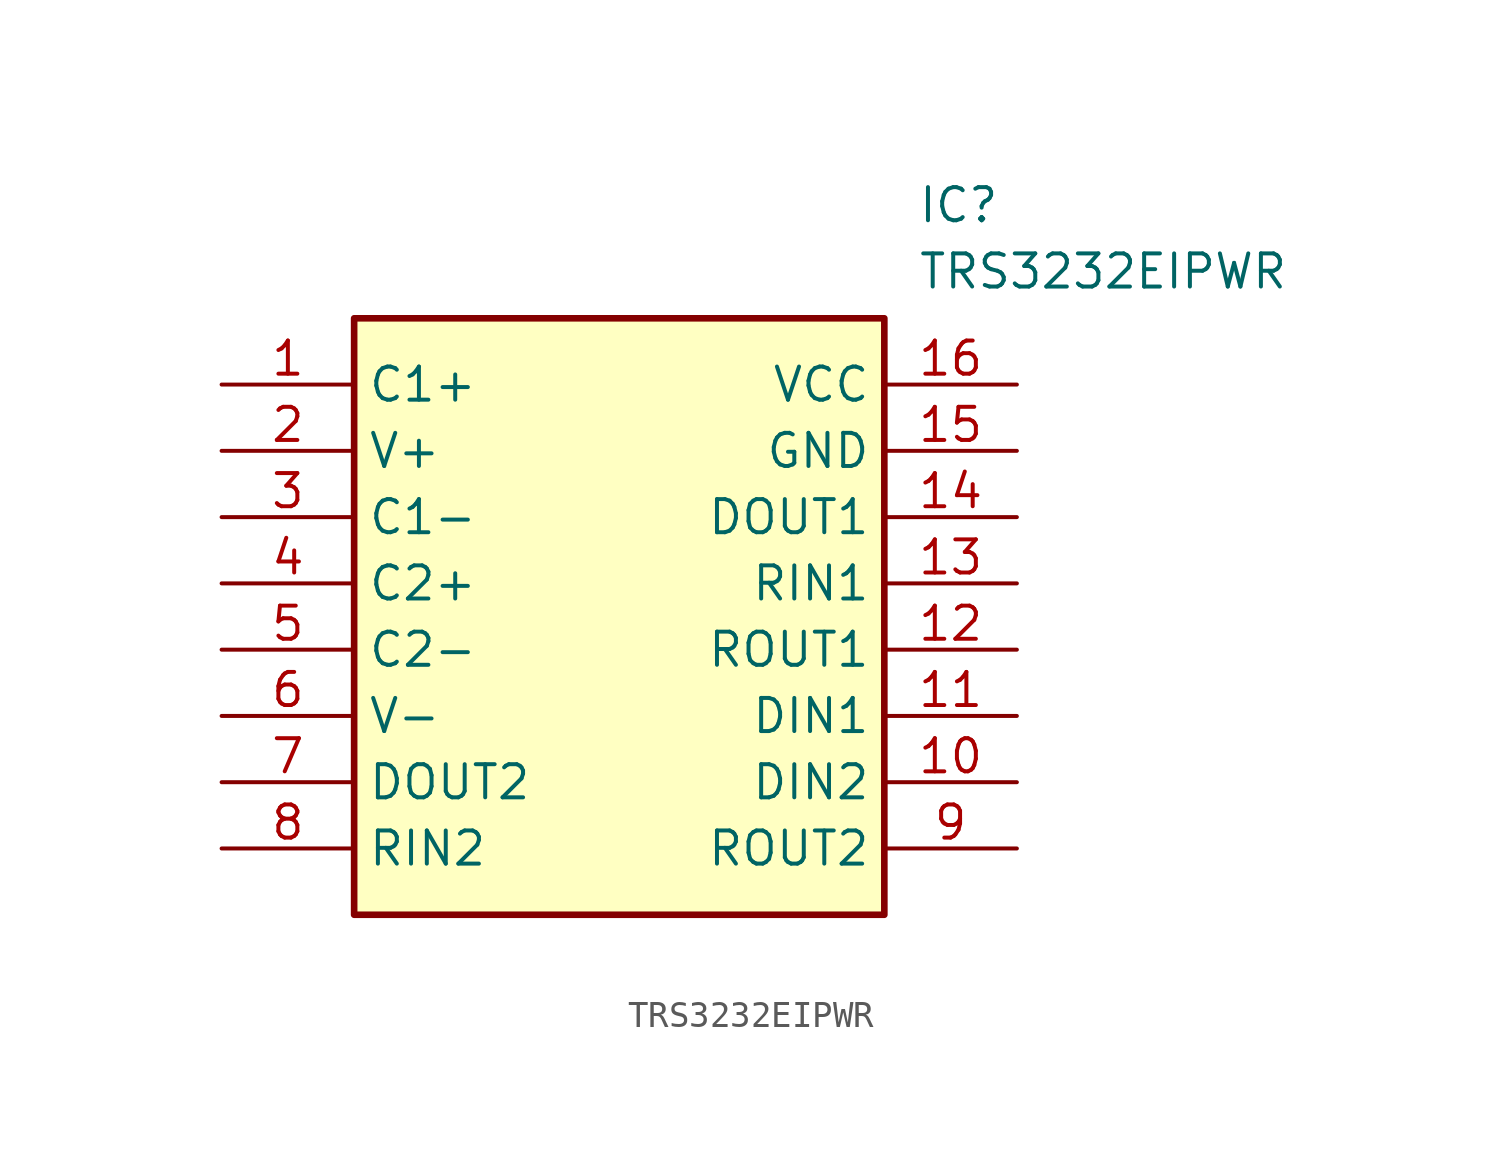
<source format=kicad_sym>
(kicad_symbol_lib
  (version 20211014)
  (generator SamacSys_ECAD_Model)
  (symbol "TRS3232EIPWR"
    (property "Reference" "IC"
      (at 26.67 7.62 0)
      (effects (font (size 1.27 1.27)) (justify left top)))
    (property "Value" "TRS3232EIPWR"
      (at 26.67 5.08 0)
      (effects (font (size 1.27 1.27)) (justify left top)))
    (rectangle
      (start 5.08 2.54)
      (end 25.4 -20.32)
      (stroke (width 0.254) (type default))
      (fill (type background)))
    (pin passive line
      (at 0 0 0)
      (length 5.08)
      (name "C1+" (effects (font (size 1.27 1.27))))
      (number "1" (effects (font (size 1.27 1.27)))))
    (pin passive line
      (at 0 -2.54 0)
      (length 5.08)
      (name "V+" (effects (font (size 1.27 1.27))))
      (number "2" (effects (font (size 1.27 1.27)))))
    (pin passive line
      (at 0 -5.08 0)
      (length 5.08)
      (name "C1-" (effects (font (size 1.27 1.27))))
      (number "3" (effects (font (size 1.27 1.27)))))
    (pin passive line
      (at 0 -7.62 0)
      (length 5.08)
      (name "C2+" (effects (font (size 1.27 1.27))))
      (number "4" (effects (font (size 1.27 1.27)))))
    (pin passive line
      (at 0 -10.16 0)
      (length 5.08)
      (name "C2-" (effects (font (size 1.27 1.27))))
      (number "5" (effects (font (size 1.27 1.27)))))
    (pin passive line
      (at 0 -12.7 0)
      (length 5.08)
      (name "V-" (effects (font (size 1.27 1.27))))
      (number "6" (effects (font (size 1.27 1.27)))))
    (pin passive line
      (at 0 -15.24 0)
      (length 5.08)
      (name "DOUT2" (effects (font (size 1.27 1.27))))
      (number "7" (effects (font (size 1.27 1.27)))))
    (pin passive line
      (at 0 -17.78 0)
      (length 5.08)
      (name "RIN2" (effects (font (size 1.27 1.27))))
      (number "8" (effects (font (size 1.27 1.27)))))
    (pin passive line
      (at 30.48 0 180)
      (length 5.08)
      (name "VCC" (effects (font (size 1.27 1.27))))
      (number "16" (effects (font (size 1.27 1.27)))))
    (pin passive line
      (at 30.48 -2.54 180)
      (length 5.08)
      (name "GND" (effects (font (size 1.27 1.27))))
      (number "15" (effects (font (size 1.27 1.27)))))
    (pin passive line
      (at 30.48 -5.08 180)
      (length 5.08)
      (name "DOUT1" (effects (font (size 1.27 1.27))))
      (number "14" (effects (font (size 1.27 1.27)))))
    (pin passive line
      (at 30.48 -7.62 180)
      (length 5.08)
      (name "RIN1" (effects (font (size 1.27 1.27))))
      (number "13" (effects (font (size 1.27 1.27)))))
    (pin passive line
      (at 30.48 -10.16 180)
      (length 5.08)
      (name "ROUT1" (effects (font (size 1.27 1.27))))
      (number "12" (effects (font (size 1.27 1.27)))))
    (pin passive line
      (at 30.48 -12.7 180)
      (length 5.08)
      (name "DIN1" (effects (font (size 1.27 1.27))))
      (number "11" (effects (font (size 1.27 1.27)))))
    (pin passive line
      (at 30.48 -15.24 180)
      (length 5.08)
      (name "DIN2" (effects (font (size 1.27 1.27))))
      (number "10" (effects (font (size 1.27 1.27)))))
    (pin passive line
      (at 30.48 -17.78 180)
      (length 5.08)
      (name "ROUT2" (effects (font (size 1.27 1.27))))
      (number "9" (effects (font (size 1.27 1.27)))))))
</source>
